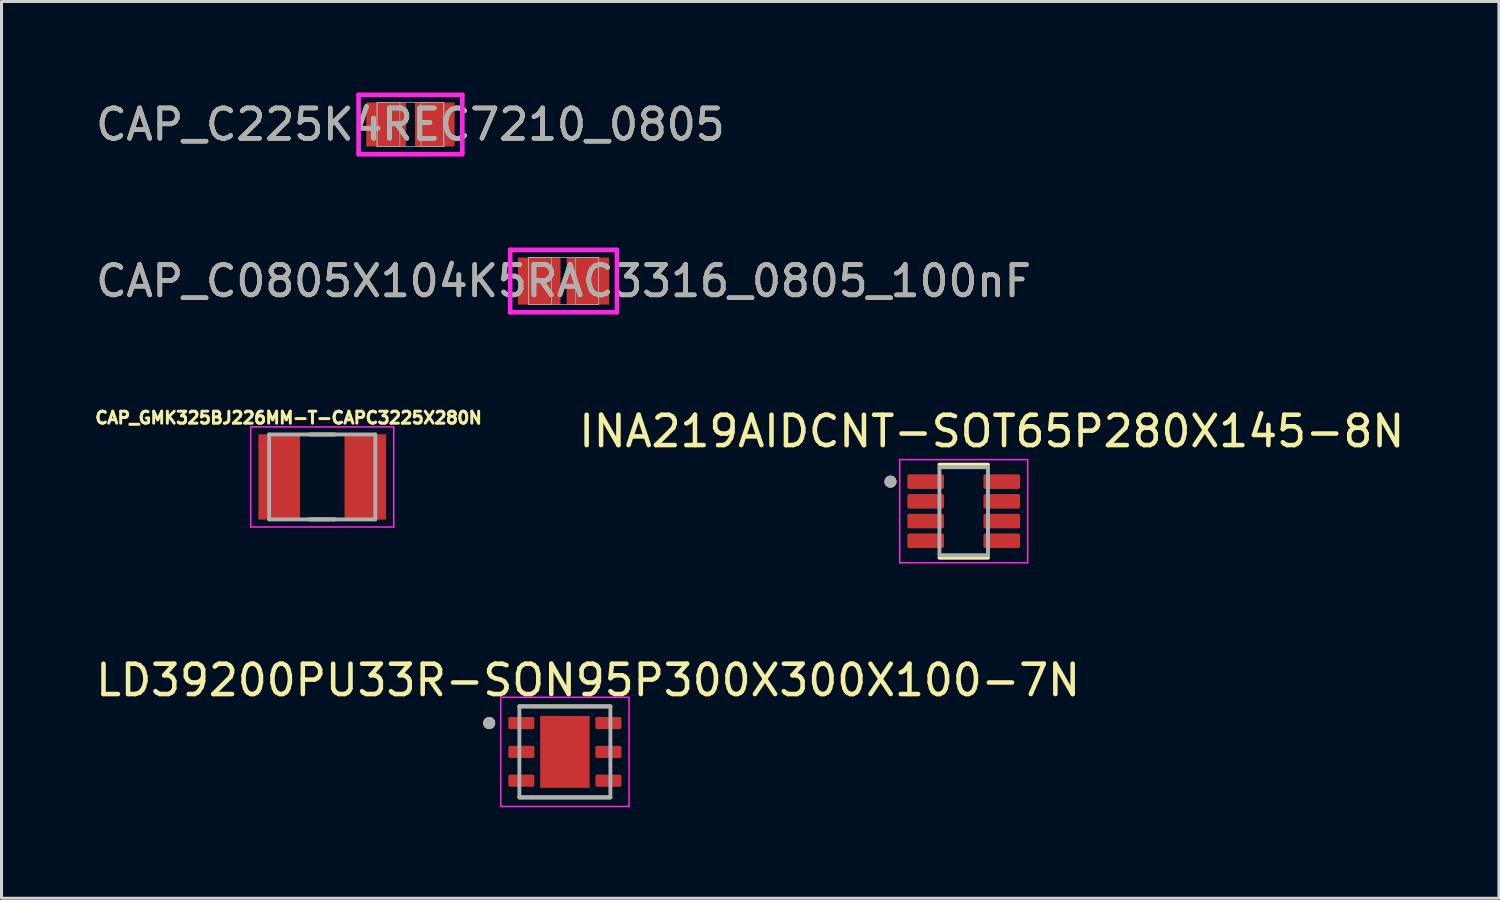
<source format=kicad_pcb>
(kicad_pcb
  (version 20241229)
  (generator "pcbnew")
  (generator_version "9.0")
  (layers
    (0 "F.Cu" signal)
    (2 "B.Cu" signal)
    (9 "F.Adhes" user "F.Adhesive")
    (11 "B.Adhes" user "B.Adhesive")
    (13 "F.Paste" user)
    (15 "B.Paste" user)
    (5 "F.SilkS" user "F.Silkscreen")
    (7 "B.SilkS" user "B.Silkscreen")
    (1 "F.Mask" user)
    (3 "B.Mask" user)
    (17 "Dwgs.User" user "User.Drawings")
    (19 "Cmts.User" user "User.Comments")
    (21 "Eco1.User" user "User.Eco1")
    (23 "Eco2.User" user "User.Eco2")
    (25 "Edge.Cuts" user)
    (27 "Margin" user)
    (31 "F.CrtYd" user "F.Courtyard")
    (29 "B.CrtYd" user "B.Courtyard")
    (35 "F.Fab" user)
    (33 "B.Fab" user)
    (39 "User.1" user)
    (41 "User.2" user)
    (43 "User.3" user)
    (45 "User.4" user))
  (footprint "CAP_C0805X104K5RAC3316_0805_100nF"
    (layer "F.Cu")
    (at 15.53 6.216)
    (property "Reference" "CAP_C0805X104K5RAC3316_0805_100nF" (at 0 0 0) (unlocked yes) (layer "F.SilkS") (effects (font (size 1 1) (thickness 0.15))))
    (attr smd)
    (fp_line (start -1.76 -1.029) (end 1.76 -1.029) (stroke (width 0.152) (type solid)) (layer "F.CrtYd"))
    (fp_line (start -1.76 1.029) (end -1.76 -1.029) (stroke (width 0.152) (type solid)) (layer "F.CrtYd"))
    (fp_line (start 1.76 -1.029) (end 1.76 1.029) (stroke (width 0.152) (type solid)) (layer "F.CrtYd"))
    (fp_line (start 1.76 1.029) (end -1.76 1.029) (stroke (width 0.152) (type solid)) (layer "F.CrtYd"))
    (fp_line (start -1.15 -0.775) (end -1.15 0.775) (stroke (width 0.025) (type solid)) (layer "F.Fab"))
    (fp_line (start -1.15 -0.775) (end -1.15 0.775) (stroke (width 0.025) (type solid)) (layer "F.Fab"))
    (fp_line (start -1.15 0.775) (end -0.4 0.775) (stroke (width 0.025) (type solid)) (layer "F.Fab"))
    (fp_line (start -1.15 0.775) (end 1.15 0.775) (stroke (width 0.025) (type solid)) (layer "F.Fab"))
    (fp_line (start -0.4 -0.775) (end -1.15 -0.775) (stroke (width 0.025) (type solid)) (layer "F.Fab"))
    (fp_line (start -0.4 0.775) (end -0.4 -0.775) (stroke (width 0.025) (type solid)) (layer "F.Fab"))
    (fp_line (start 0.4 -0.775) (end 0.4 0.775) (stroke (width 0.025) (type solid)) (layer "F.Fab"))
    (fp_line (start 0.4 0.775) (end 1.15 0.775) (stroke (width 0.025) (type solid)) (layer "F.Fab"))
    (fp_line (start 1.15 -0.775) (end -1.15 -0.775) (stroke (width 0.025) (type solid)) (layer "F.Fab"))
    (fp_line (start 1.15 -0.775) (end 0.4 -0.775) (stroke (width 0.025) (type solid)) (layer "F.Fab"))
    (fp_line (start 1.15 0.775) (end 1.15 -0.775) (stroke (width 0.025) (type solid)) (layer "F.Fab"))
    (fp_line (start 1.15 0.775) (end 1.15 -0.775) (stroke (width 0.025) (type solid)) (layer "F.Fab"))
    (fp_text user "${REFERENCE}" (at 0 0 0) (unlocked yes) (layer "F.Fab") (effects (font (size 1 1) (thickness 0.15))))
    (pad "1" smd rect (at -0.803 0) (size 1.406 1.55) (layers "F.Cu" "F.Mask" "F.Paste"))
    (pad "2" smd rect (at 0.803 0) (size 1.406 1.55) (layers "F.Cu" "F.Mask" "F.Paste"))
    (zone (net_name "") (layer "F.Cu") (hatch full 0.508) (connect_pads) (min_thickness 0.254) (filled_areas_thickness no) (keepout (tracks not_allowed) (vias not_allowed) (pads allowed) (copperpour not_allowed) (footprints allowed)) (placement (enabled no)) (fill) (polygon (pts (xy 15.481 5.491) (xy 15.579 5.491) (xy 15.579 6.94) (xy 15.481 6.94)))))
  (footprint "INA219AIDCNT-SOT65P280X145-8N"
    (layer "F.Cu")
    (at 28.723 13.804)
    (property "Reference" "INA219AIDCNT-SOT65P280X145-8N" (at 0.925 -2.635 0) (layer "F.SilkS") (effects (font (size 1 1) (thickness 0.15))))
    (attr smd)
    (fp_line (start -0.8 -1.535) (end 0.8 -1.535) (stroke (width 0.127) (type solid)) (layer "F.SilkS"))
    (fp_line (start -0.8 1.535) (end 0.8 1.535) (stroke (width 0.127) (type solid)) (layer "F.SilkS"))
    (fp_circle (center -2.415 -0.975) (end -2.315 -0.975) (stroke (width 0.2) (type solid)) (fill no) (layer "F.SilkS"))
    (fp_line (start -2.11 -1.7) (end -2.11 1.7) (stroke (width 0.05) (type solid)) (layer "F.CrtYd"))
    (fp_line (start -2.11 -1.7) (end 2.11 -1.7) (stroke (width 0.05) (type solid)) (layer "F.CrtYd"))
    (fp_line (start -2.11 1.7) (end 2.11 1.7) (stroke (width 0.05) (type solid)) (layer "F.CrtYd"))
    (fp_line (start 2.11 -1.7) (end 2.11 1.7) (stroke (width 0.05) (type solid)) (layer "F.CrtYd"))
    (fp_line (start -0.8 -1.45) (end -0.8 1.45) (stroke (width 0.127) (type solid)) (layer "F.Fab"))
    (fp_line (start -0.8 -1.45) (end 0.8 -1.45) (stroke (width 0.127) (type solid)) (layer "F.Fab"))
    (fp_line (start -0.8 1.45) (end 0.8 1.45) (stroke (width 0.127) (type solid)) (layer "F.Fab"))
    (fp_line (start 0.8 -1.45) (end 0.8 1.45) (stroke (width 0.127) (type solid)) (layer "F.Fab"))
    (fp_circle (center -2.415 -0.975) (end -2.315 -0.975) (stroke (width 0.2) (type solid)) (fill no) (layer "F.Fab"))
    (pad "1" smd roundrect (at -1.255 -0.975) (size 1.21 0.48) (layers "F.Cu" "F.Mask" "F.Paste") (roundrect_rratio 0.125))
    (pad "2" smd roundrect (at -1.255 -0.325) (size 1.21 0.48) (layers "F.Cu" "F.Mask" "F.Paste") (roundrect_rratio 0.125))
    (pad "3" smd roundrect (at -1.255 0.325) (size 1.21 0.48) (layers "F.Cu" "F.Mask" "F.Paste") (roundrect_rratio 0.125))
    (pad "4" smd roundrect (at -1.255 0.975) (size 1.21 0.48) (layers "F.Cu" "F.Mask" "F.Paste") (roundrect_rratio 0.125))
    (pad "5" smd roundrect (at 1.255 0.975) (size 1.21 0.48) (layers "F.Cu" "F.Mask" "F.Paste") (roundrect_rratio 0.125))
    (pad "6" smd roundrect (at 1.255 0.325) (size 1.21 0.48) (layers "F.Cu" "F.Mask" "F.Paste") (roundrect_rratio 0.125))
    (pad "7" smd roundrect (at 1.255 -0.325) (size 1.21 0.48) (layers "F.Cu" "F.Mask" "F.Paste") (roundrect_rratio 0.125))
    (pad "8" smd roundrect (at 1.255 -0.975) (size 1.21 0.48) (layers "F.Cu" "F.Mask" "F.Paste") (roundrect_rratio 0.125)))
  (footprint "LD39200PU33R-SON95P300X300X100-7N"
    (layer "F.Cu")
    (at 15.574 21.739)
    (property "Reference" "LD39200PU33R-SON95P300X300X100-7N" (at 0.765 -2.362 0) (layer "F.SilkS") (effects (font (size 1 1) (thickness 0.15))))
    (attr smd)
    (fp_line (start -1.5 -1.5) (end 1.5 -1.5) (stroke (width 0.127) (type solid)) (layer "F.SilkS"))
    (fp_line (start -1.5 1.5) (end 1.5 1.5) (stroke (width 0.127) (type solid)) (layer "F.SilkS"))
    (fp_circle (center -2.495 -0.95) (end -2.395 -0.95) (stroke (width 0.2) (type solid)) (fill no) (layer "F.SilkS"))
    (fp_poly (pts (xy -0.51 -0.75) (xy 0.51 -0.75) (xy 0.51 0.75) (xy -0.51 0.75)) (stroke (width 0.01) (type solid)) (fill yes) (layer "F.Paste"))
    (fp_line (start -2.115 -1.8) (end -2.115 1.8) (stroke (width 0.05) (type solid)) (layer "F.CrtYd"))
    (fp_line (start -2.115 -1.8) (end 2.115 -1.8) (stroke (width 0.05) (type solid)) (layer "F.CrtYd"))
    (fp_line (start -2.115 1.8) (end 2.115 1.8) (stroke (width 0.05) (type solid)) (layer "F.CrtYd"))
    (fp_line (start 2.115 -1.8) (end 2.115 1.8) (stroke (width 0.05) (type solid)) (layer "F.CrtYd"))
    (fp_line (start -1.5 -1.5) (end -1.5 1.5) (stroke (width 0.127) (type solid)) (layer "F.Fab"))
    (fp_line (start -1.5 -1.5) (end 1.5 -1.5) (stroke (width 0.127) (type solid)) (layer "F.Fab"))
    (fp_line (start -1.5 1.5) (end 1.5 1.5) (stroke (width 0.127) (type solid)) (layer "F.Fab"))
    (fp_line (start 1.5 -1.5) (end 1.5 1.5) (stroke (width 0.127) (type solid)) (layer "F.Fab"))
    (fp_circle (center -2.495 -0.95) (end -2.395 -0.95) (stroke (width 0.2) (type solid)) (fill no) (layer "F.Fab"))
    (pad "1" smd roundrect (at -1.435 -0.95) (size 0.86 0.4) (layers "F.Cu" "F.Mask" "F.Paste") (roundrect_rratio 0.125))
    (pad "2" smd roundrect (at -1.435 0) (size 0.86 0.4) (layers "F.Cu" "F.Mask" "F.Paste") (roundrect_rratio 0.125))
    (pad "3" smd roundrect (at -1.435 0.95) (size 0.86 0.4) (layers "F.Cu" "F.Mask" "F.Paste") (roundrect_rratio 0.125))
    (pad "4" smd roundrect (at 1.435 0.95) (size 0.86 0.4) (layers "F.Cu" "F.Mask" "F.Paste") (roundrect_rratio 0.125))
    (pad "5" smd roundrect (at 1.435 0) (size 0.86 0.4) (layers "F.Cu" "F.Mask" "F.Paste") (roundrect_rratio 0.125))
    (pad "6" smd roundrect (at 1.435 -0.95) (size 0.86 0.4) (layers "F.Cu" "F.Mask" "F.Paste") (roundrect_rratio 0.125))
    (pad "7" smd rect (at 0 0) (size 1.63 2.37) (layers "F.Cu" "F.Mask")))
  (footprint "CAP_GMK325BJ226MM-T-CAPC3225X280N"
    (layer "F.Cu")
    (at 7.574 12.674)
    (property "Reference" "CAP_GMK325BJ226MM-T-CAPC3225X280N" (at -1.11 -1.95 0) (layer "F.SilkS") (effects (font (size 0.394 0.394) (thickness 0.15))))
    (attr smd)
    (fp_line (start -0.411 -1.4) (end 0.411 -1.4) (stroke (width 0.127) (type solid)) (layer "F.SilkS"))
    (fp_line (start -0.411 1.4) (end 0.411 1.4) (stroke (width 0.127) (type solid)) (layer "F.SilkS"))
    (fp_line (start -2.358 -1.65) (end 2.358 -1.65) (stroke (width 0.05) (type solid)) (layer "F.CrtYd"))
    (fp_line (start -2.358 1.65) (end -2.358 -1.65) (stroke (width 0.05) (type solid)) (layer "F.CrtYd"))
    (fp_line (start -2.358 1.65) (end 2.358 1.65) (stroke (width 0.05) (type solid)) (layer "F.CrtYd"))
    (fp_line (start 2.358 1.65) (end 2.358 -1.65) (stroke (width 0.05) (type solid)) (layer "F.CrtYd"))
    (fp_line (start -1.75 1.4) (end -1.75 -1.4) (stroke (width 0.127) (type solid)) (layer "F.Fab"))
    (fp_line (start 1.75 -1.4) (end -1.75 -1.4) (stroke (width 0.127) (type solid)) (layer "F.Fab"))
    (fp_line (start 1.75 1.4) (end -1.75 1.4) (stroke (width 0.127) (type solid)) (layer "F.Fab"))
    (fp_line (start 1.75 1.4) (end 1.75 -1.4) (stroke (width 0.127) (type solid)) (layer "F.Fab"))
    (pad "1" smd rect (at -1.42 0) (size 1.37 2.81) (layers "F.Cu" "F.Mask" "F.Paste"))
    (pad "2" smd rect (at 1.42 0) (size 1.37 2.81) (layers "F.Cu" "F.Mask" "F.Paste")))
  (footprint "CAP_C225K4REC7210_0805"
    (layer "F.Cu")
    (at 10.482 1.055)
    (property "Reference" "CAP_C225K4REC7210_0805" (at 0 0 0) (unlocked yes) (layer "F.SilkS") (effects (font (size 1 1) (thickness 0.15))))
    (attr smd)
    (fp_line (start -1.71 -0.979) (end 1.71 -0.979) (stroke (width 0.152) (type solid)) (layer "F.CrtYd"))
    (fp_line (start -1.71 0.979) (end -1.71 -0.979) (stroke (width 0.152) (type solid)) (layer "F.CrtYd"))
    (fp_line (start 1.71 -0.979) (end 1.71 0.979) (stroke (width 0.152) (type solid)) (layer "F.CrtYd"))
    (fp_line (start 1.71 0.979) (end -1.71 0.979) (stroke (width 0.152) (type solid)) (layer "F.CrtYd"))
    (fp_line (start -1.1 -0.725) (end -1.1 0.725) (stroke (width 0.025) (type solid)) (layer "F.Fab"))
    (fp_line (start -1.1 -0.725) (end -1.1 0.725) (stroke (width 0.025) (type solid)) (layer "F.Fab"))
    (fp_line (start -1.1 0.725) (end -0.35 0.725) (stroke (width 0.025) (type solid)) (layer "F.Fab"))
    (fp_line (start -1.1 0.725) (end 1.1 0.725) (stroke (width 0.025) (type solid)) (layer "F.Fab"))
    (fp_line (start -0.35 -0.725) (end -1.1 -0.725) (stroke (width 0.025) (type solid)) (layer "F.Fab"))
    (fp_line (start -0.35 0.725) (end -0.35 -0.725) (stroke (width 0.025) (type solid)) (layer "F.Fab"))
    (fp_line (start 0.35 -0.725) (end 0.35 0.725) (stroke (width 0.025) (type solid)) (layer "F.Fab"))
    (fp_line (start 0.35 0.725) (end 1.1 0.725) (stroke (width 0.025) (type solid)) (layer "F.Fab"))
    (fp_line (start 1.1 -0.725) (end -1.1 -0.725) (stroke (width 0.025) (type solid)) (layer "F.Fab"))
    (fp_line (start 1.1 -0.725) (end 0.35 -0.725) (stroke (width 0.025) (type solid)) (layer "F.Fab"))
    (fp_line (start 1.1 0.725) (end 1.1 -0.725) (stroke (width 0.025) (type solid)) (layer "F.Fab"))
    (fp_line (start 1.1 0.725) (end 1.1 -0.725) (stroke (width 0.025) (type solid)) (layer "F.Fab"))
    (fp_text user "${REFERENCE}" (at 0 0 0) (unlocked yes) (layer "F.Fab") (effects (font (size 1 1) (thickness 0.15))))
    (pad "1" smd rect (at -0.803 0) (size 1.306 1.45) (layers "F.Cu" "F.Mask" "F.Paste"))
    (pad "2" smd rect (at 0.803 0) (size 1.306 1.45) (layers "F.Cu" "F.Mask" "F.Paste"))
    (zone (net_name "") (layer "F.Cu") (hatch full 0.508) (connect_pads) (min_thickness 0.254) (filled_areas_thickness no) (keepout (tracks not_allowed) (vias not_allowed) (pads allowed) (copperpour not_allowed) (footprints allowed)) (placement (enabled no)) (fill) (polygon (pts (xy 10.383 0.381) (xy 10.581 0.381) (xy 10.581 1.729) (xy 10.383 1.729)))))
  (gr_rect
    (start -3 -3)
    (end 46.368 26.564)
    (stroke (width 0.1) (type default))
    (fill no)
    (layer "Edge.Cuts")))
</source>
